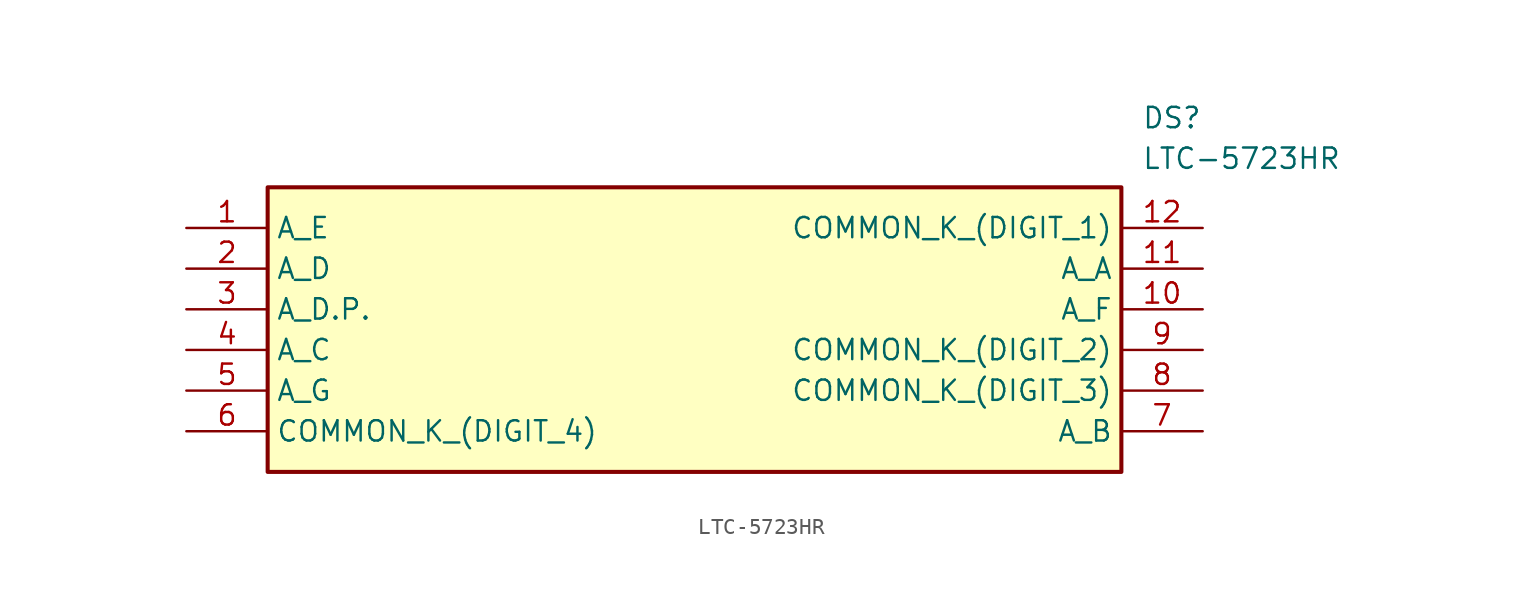
<source format=kicad_sym>
(kicad_symbol_lib
  (version 20211014)
  (generator SamacSys_ECAD_Model)
  (symbol "LTC-5723HR"
    (property "Reference" "DS"
      (at 59.69 7.62 0)
      (effects (font (size 1.27 1.27)) (justify left top)))
    (property "Value" "LTC-5723HR"
      (at 59.69 5.08 0)
      (effects (font (size 1.27 1.27)) (justify left top)))
    (rectangle
      (start 5.08 2.54)
      (end 58.42 -15.24)
      (stroke (width 0.254) (type default))
      (fill (type background)))
    (pin passive line
      (at 0 0 0)
      (length 5.08)
      (name "A_E" (effects (font (size 1.27 1.27))))
      (number "1" (effects (font (size 1.27 1.27)))))
    (pin passive line
      (at 0 -2.54 0)
      (length 5.08)
      (name "A_D" (effects (font (size 1.27 1.27))))
      (number "2" (effects (font (size 1.27 1.27)))))
    (pin passive line
      (at 0 -5.08 0)
      (length 5.08)
      (name "A_D.P." (effects (font (size 1.27 1.27))))
      (number "3" (effects (font (size 1.27 1.27)))))
    (pin passive line
      (at 0 -7.62 0)
      (length 5.08)
      (name "A_C" (effects (font (size 1.27 1.27))))
      (number "4" (effects (font (size 1.27 1.27)))))
    (pin passive line
      (at 0 -10.16 0)
      (length 5.08)
      (name "A_G" (effects (font (size 1.27 1.27))))
      (number "5" (effects (font (size 1.27 1.27)))))
    (pin passive line
      (at 0 -12.7 0)
      (length 5.08)
      (name "COMMON_K_(DIGIT_4)" (effects (font (size 1.27 1.27))))
      (number "6" (effects (font (size 1.27 1.27)))))
    (pin passive line
      (at 63.5 0 180)
      (length 5.08)
      (name "COMMON_K_(DIGIT_1)" (effects (font (size 1.27 1.27))))
      (number "12" (effects (font (size 1.27 1.27)))))
    (pin passive line
      (at 63.5 -2.54 180)
      (length 5.08)
      (name "A_A" (effects (font (size 1.27 1.27))))
      (number "11" (effects (font (size 1.27 1.27)))))
    (pin passive line
      (at 63.5 -5.08 180)
      (length 5.08)
      (name "A_F" (effects (font (size 1.27 1.27))))
      (number "10" (effects (font (size 1.27 1.27)))))
    (pin passive line
      (at 63.5 -7.62 180)
      (length 5.08)
      (name "COMMON_K_(DIGIT_2)" (effects (font (size 1.27 1.27))))
      (number "9" (effects (font (size 1.27 1.27)))))
    (pin passive line
      (at 63.5 -10.16 180)
      (length 5.08)
      (name "COMMON_K_(DIGIT_3)" (effects (font (size 1.27 1.27))))
      (number "8" (effects (font (size 1.27 1.27)))))
    (pin passive line
      (at 63.5 -12.7 180)
      (length 5.08)
      (name "A_B" (effects (font (size 1.27 1.27))))
      (number "7" (effects (font (size 1.27 1.27)))))))
</source>
